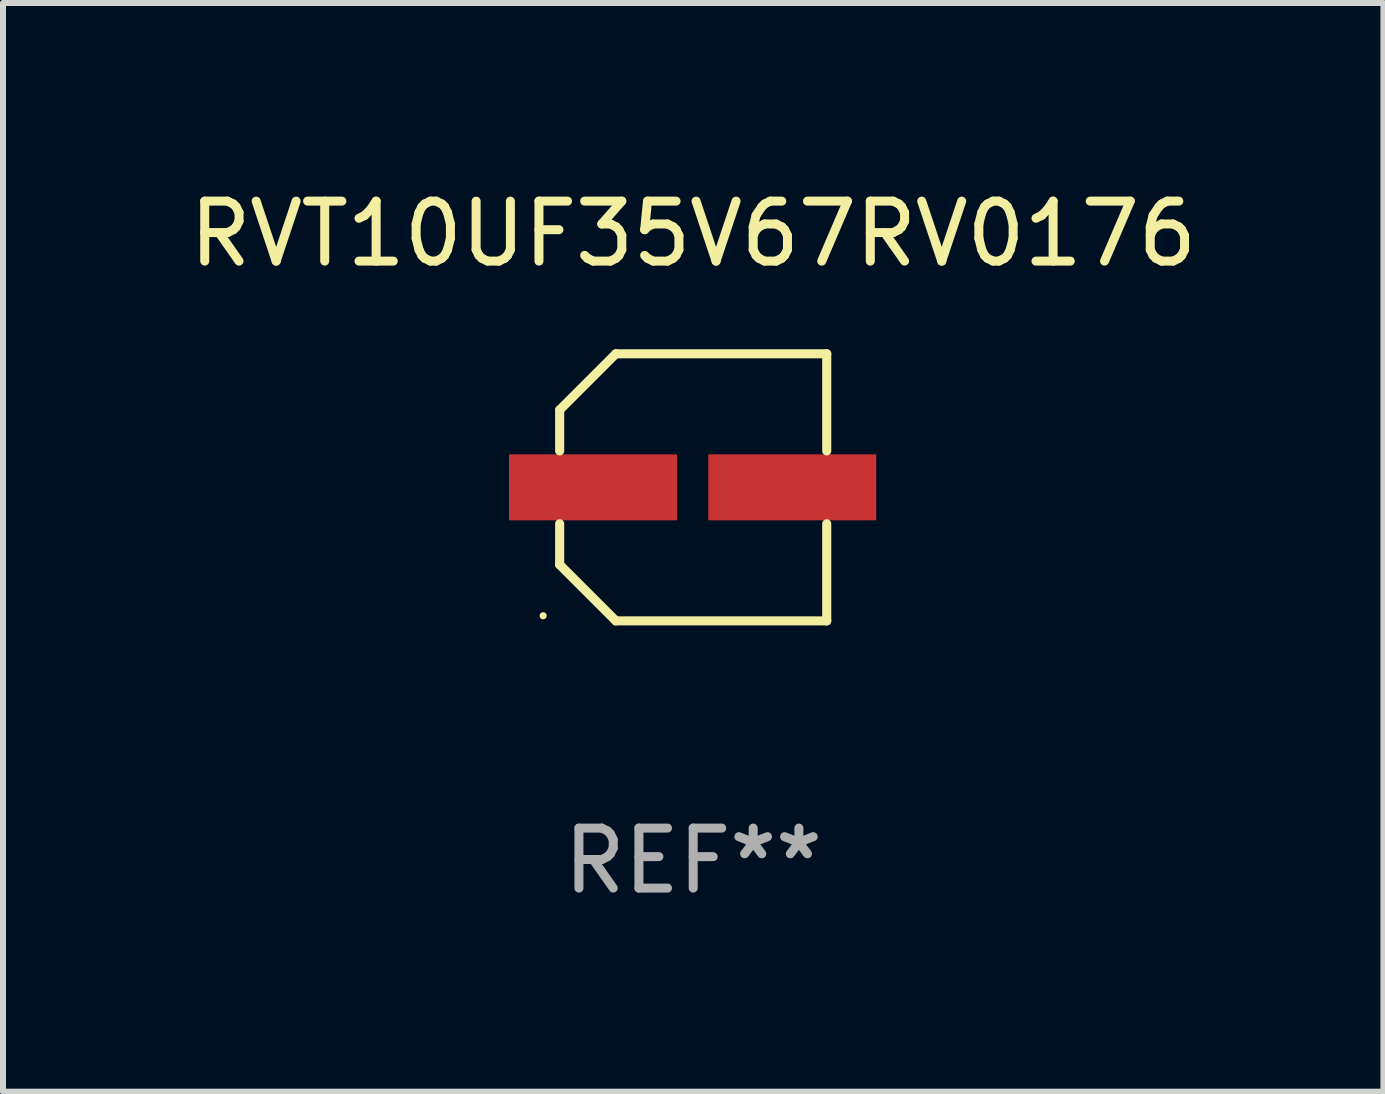
<source format=kicad_pcb>
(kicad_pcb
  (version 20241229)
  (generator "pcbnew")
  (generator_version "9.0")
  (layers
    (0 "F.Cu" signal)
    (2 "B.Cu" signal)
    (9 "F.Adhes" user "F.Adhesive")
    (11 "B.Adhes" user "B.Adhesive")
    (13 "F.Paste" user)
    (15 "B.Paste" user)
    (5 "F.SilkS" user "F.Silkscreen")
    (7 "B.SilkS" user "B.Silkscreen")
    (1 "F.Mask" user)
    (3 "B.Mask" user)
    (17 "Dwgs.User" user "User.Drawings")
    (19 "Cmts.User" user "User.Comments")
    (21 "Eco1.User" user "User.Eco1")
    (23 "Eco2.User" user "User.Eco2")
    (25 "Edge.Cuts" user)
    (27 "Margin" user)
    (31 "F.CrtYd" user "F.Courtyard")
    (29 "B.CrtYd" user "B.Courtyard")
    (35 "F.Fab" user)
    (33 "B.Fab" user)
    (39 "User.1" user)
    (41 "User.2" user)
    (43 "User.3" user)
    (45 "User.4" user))
  (footprint "RVT10UF35V67RV0176"
    (layer "F.Cu")
    (at 8.506 5.074)
    (property "Reference" "RVT10UF35V67RV0176" (at 0 -4.226 0) (layer "F.SilkS") (effects (font (size 1 1) (thickness 0.15))))
    (attr through_hole)
    (fp_line (start -2.226 -1.29) (end -2.226 -0.607) (stroke (width 0.152) (type solid)) (layer "F.SilkS"))
    (fp_line (start -2.226 1.29) (end -2.226 0.607) (stroke (width 0.152) (type solid)) (layer "F.SilkS"))
    (fp_line (start -1.29 -2.226) (end -2.226 -1.29) (stroke (width 0.152) (type solid)) (layer "F.SilkS"))
    (fp_line (start -1.29 2.226) (end -2.226 1.29) (stroke (width 0.152) (type solid)) (layer "F.SilkS"))
    (fp_line (start 2.226 -2.226) (end -1.29 -2.226) (stroke (width 0.152) (type solid)) (layer "F.SilkS"))
    (fp_line (start 2.226 -0.607) (end 2.226 -2.226) (stroke (width 0.152) (type solid)) (layer "F.SilkS"))
    (fp_line (start 2.226 0.607) (end 2.226 2.226) (stroke (width 0.152) (type solid)) (layer "F.SilkS"))
    (fp_line (start 2.226 2.226) (end -1.29 2.226) (stroke (width 0.152) (type solid)) (layer "F.SilkS"))
    (fp_circle (center -2.501 2.141) (end -2.471 2.141) (stroke (width 0.06) (type solid)) (fill no) (layer "F.SilkS"))
    (fp_text user "REF**" (at 0 6.226 0) (layer "F.Fab") (effects (font (size 1 1) (thickness 0.15))))
    (pad "1" smd rect (at -1.67 -0.000025) (size 2.8 1.1) (layers "F.Cu" "F.Mask" "F.Paste"))
    (pad "2" smd rect (at 1.651 -0.000025) (size 2.8 1.1) (layers "F.Cu" "F.Mask" "F.Paste")))
  (gr_rect
    (start -3 -3)
    (end 20.012 15.149)
    (stroke (width 0.1) (type default))
    (fill no)
    (layer "Edge.Cuts")))
</source>
